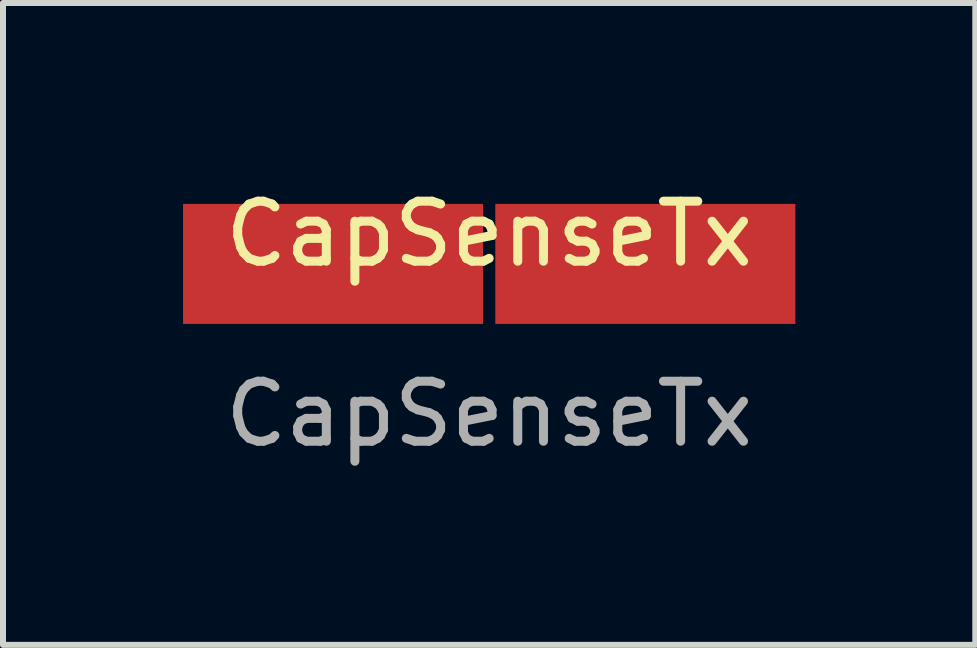
<source format=kicad_pcb>
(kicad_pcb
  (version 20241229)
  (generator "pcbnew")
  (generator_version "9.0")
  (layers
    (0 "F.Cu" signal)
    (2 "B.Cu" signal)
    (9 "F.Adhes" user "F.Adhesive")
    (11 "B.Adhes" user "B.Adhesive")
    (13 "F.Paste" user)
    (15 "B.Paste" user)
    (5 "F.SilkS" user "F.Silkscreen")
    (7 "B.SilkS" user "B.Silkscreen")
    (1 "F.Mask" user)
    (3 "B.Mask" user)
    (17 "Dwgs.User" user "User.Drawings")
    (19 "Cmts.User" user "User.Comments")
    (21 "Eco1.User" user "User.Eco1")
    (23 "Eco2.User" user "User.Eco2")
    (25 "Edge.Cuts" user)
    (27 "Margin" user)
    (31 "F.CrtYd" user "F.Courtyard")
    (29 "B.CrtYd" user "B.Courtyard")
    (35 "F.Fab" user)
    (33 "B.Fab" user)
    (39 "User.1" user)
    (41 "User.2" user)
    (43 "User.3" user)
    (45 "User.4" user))
  (footprint "CapSenseTx"
    (layer "F.Cu")
    (at 5.102 1.348)
    (property "Reference" "CapSenseTx" (at 0 -0.5 0) (unlocked yes) (layer "F.SilkS") (effects (font (size 1 1) (thickness 0.15))))
    (attr through_hole)
    (fp_text user "${REFERENCE}" (at 0 2.5 0) (unlocked yes) (layer "F.Fab") (effects (font (size 1 1) (thickness 0.15))))
    (pad "1" smd rect (at -2.602 0) (size 5 2) (layers "F.Cu"))
    (pad "2" smd rect (at 2.602 0) (size 5 2) (layers "F.Cu")))
  (gr_rect
    (start -3 -3)
    (end 13.203 7.697)
    (stroke (width 0.1) (type default))
    (fill no)
    (layer "Edge.Cuts")))
</source>
